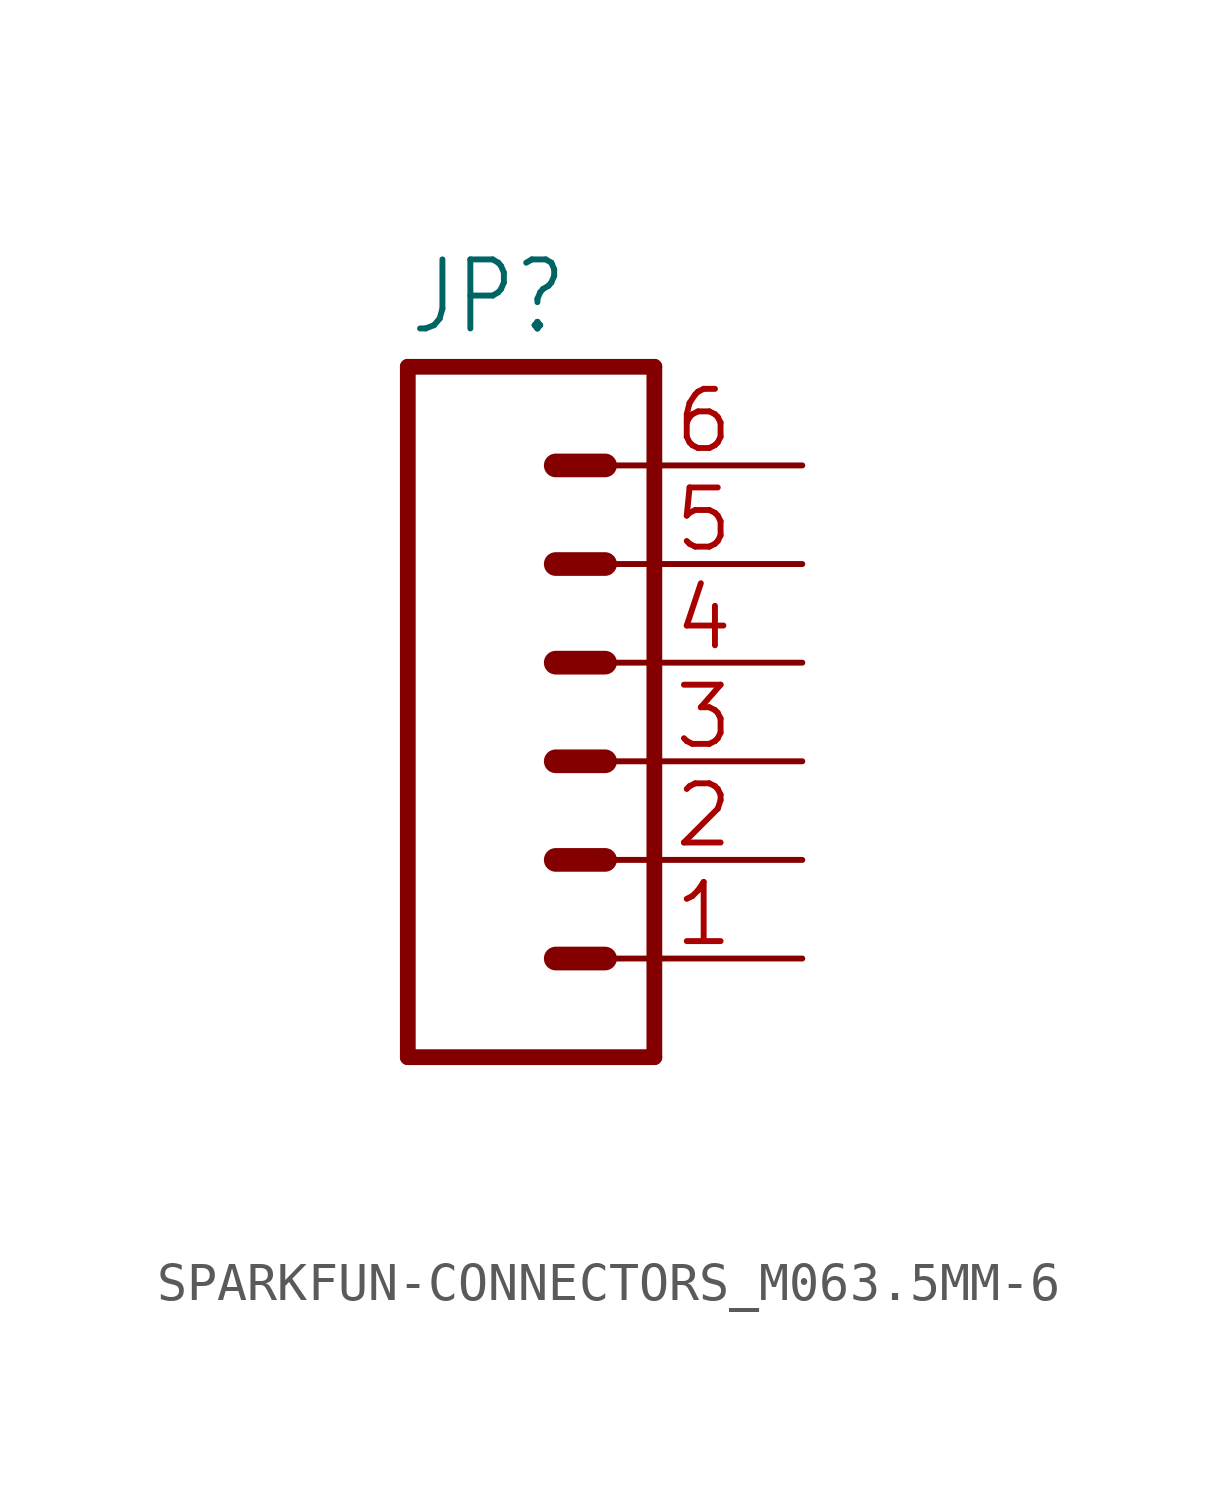
<source format=kicad_sym>
(kicad_symbol_lib
  (version 20241209)
  (generator "kicad_symbol_editor")
  (generator_version "9.0")
  (symbol "SPARKFUN-CONNECTORS_M063.5MM-6"
    (property "Reference" "JP"
      (at -5.08 10.922 0)
      (effects (font (size 1.778 1.511)) (justify left bottom)))
    (property "Value" ""
      (at -5.08 -10.16 0)
      (effects (font (size 1.778 1.511)) (justify left bottom)))
    (property "ki_locked" ""
      (at 0 0 0)
      (effects (font (size 1.27 1.27))))
    (symbol "SPARKFUN-CONNECTORS_M063.5MM-6_1_0"
      (polyline (pts (xy -5.08 10.16) (xy -5.08 -7.62)) (stroke (width 0.406) (type solid)) (fill (type none)))
      (polyline (pts (xy -5.08 10.16) (xy 1.27 10.16)) (stroke (width 0.406) (type solid)) (fill (type none)))
      (polyline (pts (xy -1.27 7.62) (xy 0 7.62)) (stroke (width 0.61) (type solid)) (fill (type none)))
      (polyline (pts (xy -1.27 5.08) (xy 0 5.08)) (stroke (width 0.61) (type solid)) (fill (type none)))
      (polyline (pts (xy -1.27 2.54) (xy 0 2.54)) (stroke (width 0.61) (type solid)) (fill (type none)))
      (polyline (pts (xy -1.27 0) (xy 0 0)) (stroke (width 0.61) (type solid)) (fill (type none)))
      (polyline (pts (xy -1.27 -2.54) (xy 0 -2.54)) (stroke (width 0.61) (type solid)) (fill (type none)))
      (polyline (pts (xy -1.27 -5.08) (xy 0 -5.08)) (stroke (width 0.61) (type solid)) (fill (type none)))
      (polyline (pts (xy 1.27 -7.62) (xy -5.08 -7.62)) (stroke (width 0.406) (type solid)) (fill (type none)))
      (polyline (pts (xy 1.27 -7.62) (xy 1.27 10.16)) (stroke (width 0.406) (type solid)) (fill (type none)))
      (pin passive line (at 5.08 7.62 180) (length 5.08) (name "6" (effects (font (size 0 0)))) (number "6" (effects (font (size 1.524 1.524)))))
      (pin passive line (at 5.08 5.08 180) (length 5.08) (name "5" (effects (font (size 0 0)))) (number "5" (effects (font (size 1.524 1.524)))))
      (pin passive line (at 5.08 2.54 180) (length 5.08) (name "4" (effects (font (size 0 0)))) (number "4" (effects (font (size 1.524 1.524)))))
      (pin passive line (at 5.08 0 180) (length 5.08) (name "3" (effects (font (size 0 0)))) (number "3" (effects (font (size 1.524 1.524)))))
      (pin passive line (at 5.08 -2.54 180) (length 5.08) (name "2" (effects (font (size 0 0)))) (number "2" (effects (font (size 1.524 1.524)))))
      (pin passive line (at 5.08 -5.08 180) (length 5.08) (name "1" (effects (font (size 0 0)))) (number "1" (effects (font (size 1.524 1.524))))))))
</source>
